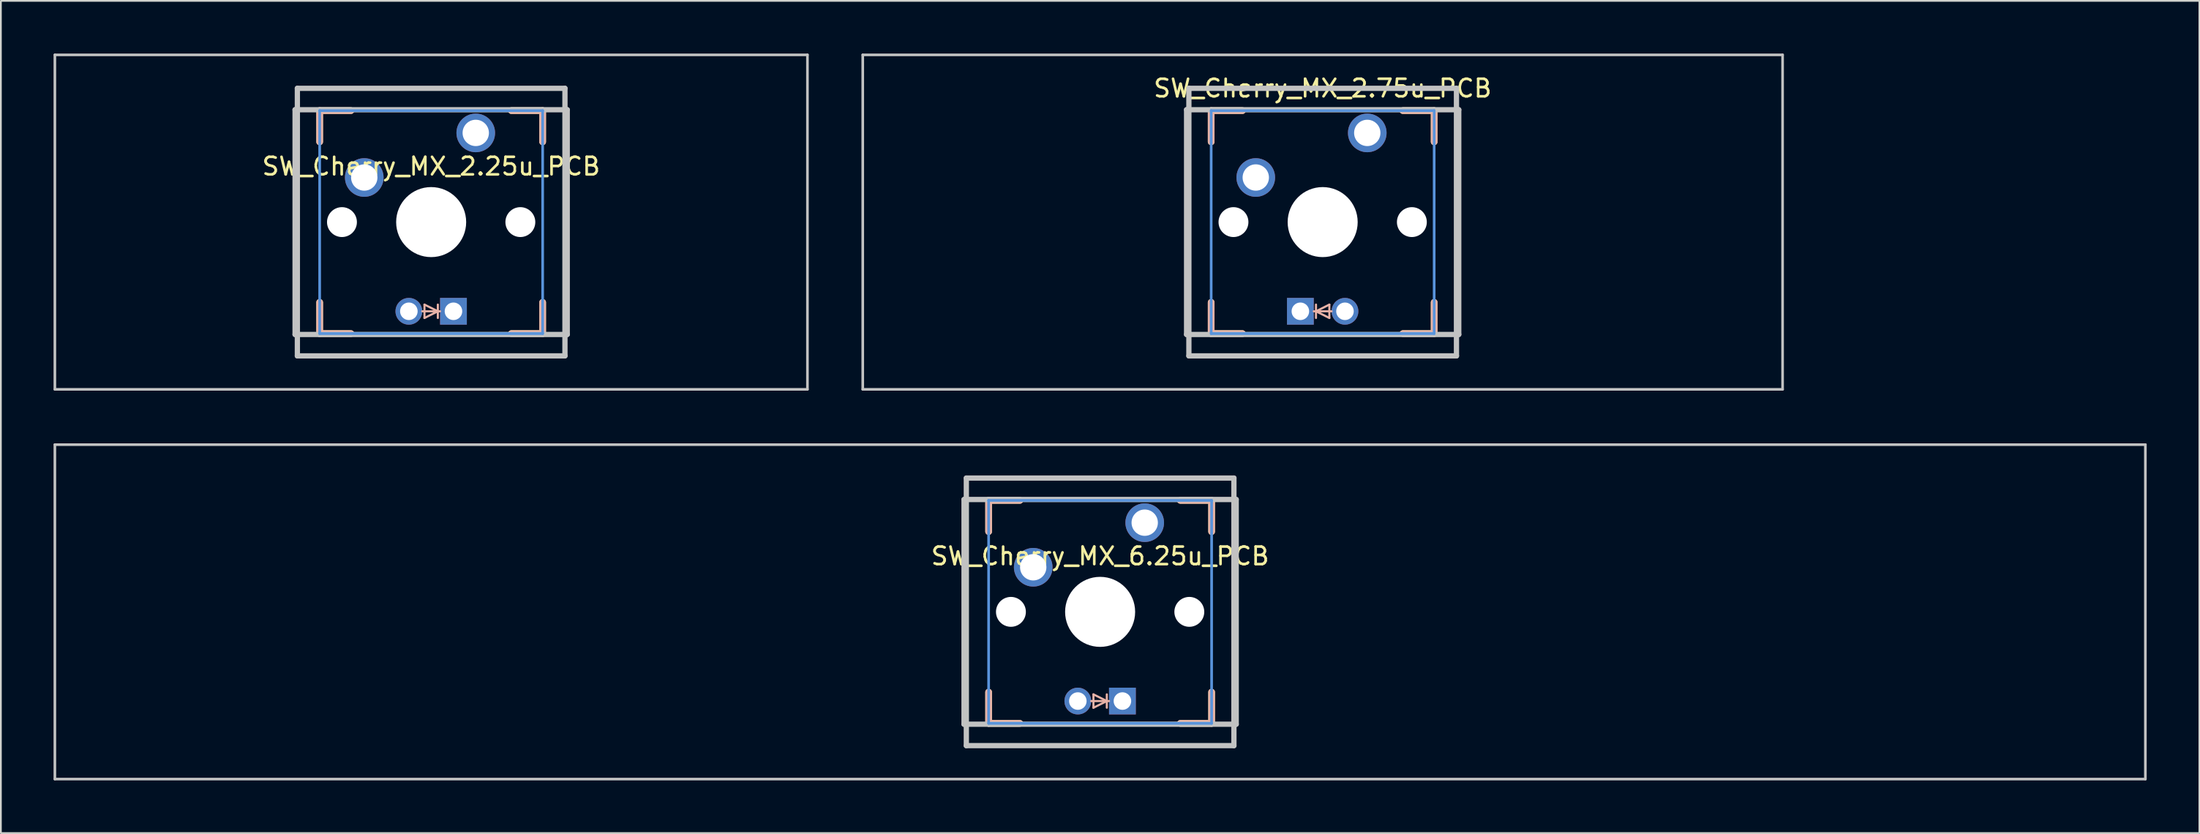
<source format=kicad_pcb>
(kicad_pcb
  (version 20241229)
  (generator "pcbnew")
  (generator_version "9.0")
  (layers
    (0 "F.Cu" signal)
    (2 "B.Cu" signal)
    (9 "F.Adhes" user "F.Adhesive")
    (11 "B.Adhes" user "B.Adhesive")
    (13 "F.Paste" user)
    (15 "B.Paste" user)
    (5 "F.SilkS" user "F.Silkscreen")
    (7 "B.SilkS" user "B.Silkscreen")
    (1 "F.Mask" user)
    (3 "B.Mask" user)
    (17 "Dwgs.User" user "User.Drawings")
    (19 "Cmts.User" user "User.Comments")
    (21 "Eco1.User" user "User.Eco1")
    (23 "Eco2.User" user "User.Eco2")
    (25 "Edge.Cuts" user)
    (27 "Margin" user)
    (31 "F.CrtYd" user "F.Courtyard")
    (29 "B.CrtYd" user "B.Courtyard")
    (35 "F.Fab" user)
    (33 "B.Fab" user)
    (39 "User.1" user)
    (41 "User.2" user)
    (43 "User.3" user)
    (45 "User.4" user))
  (footprint "SW_Cherry_MX_2.75u_PCB"
    (layer "F.Cu")
    (at 72.281 9.6)
    (property "Reference" "SW_Cherry_MX_2.75u_PCB" (at 0 -7.62 0) (layer "F.SilkS") (effects (font (size 1 1) (thickness 0.15))))
    (attr through_hole)
    (fp_line (start -6.35 -6.35) (end -4.572 -6.35) (stroke (width 0.381) (type solid)) (layer "F.SilkS"))
    (fp_line (start -6.35 -4.572) (end -6.35 -6.35) (stroke (width 0.381) (type solid)) (layer "F.SilkS"))
    (fp_line (start -6.35 6.35) (end -6.35 4.572) (stroke (width 0.381) (type solid)) (layer "F.SilkS"))
    (fp_line (start -4.572 6.35) (end -6.35 6.35) (stroke (width 0.381) (type solid)) (layer "F.SilkS"))
    (fp_line (start 4.572 -6.35) (end 6.35 -6.35) (stroke (width 0.381) (type solid)) (layer "F.SilkS"))
    (fp_line (start 6.35 -6.35) (end 6.35 -4.572) (stroke (width 0.381) (type solid)) (layer "F.SilkS"))
    (fp_line (start 6.35 4.572) (end 6.35 6.35) (stroke (width 0.381) (type solid)) (layer "F.SilkS"))
    (fp_line (start 6.35 6.35) (end 4.572 6.35) (stroke (width 0.381) (type solid)) (layer "F.SilkS"))
    (fp_line (start -6.35 -6.35) (end -6.35 -4.572) (stroke (width 0.381) (type solid)) (layer "B.SilkS"))
    (fp_line (start -6.35 4.572) (end -6.35 6.35) (stroke (width 0.381) (type solid)) (layer "B.SilkS"))
    (fp_line (start -6.35 6.35) (end -4.572 6.35) (stroke (width 0.381) (type solid)) (layer "B.SilkS"))
    (fp_line (start -4.572 -6.35) (end -6.35 -6.35) (stroke (width 0.381) (type solid)) (layer "B.SilkS"))
    (fp_line (start -0.508 5.08) (end 0.508 5.08) (stroke (width 0.12) (type solid)) (layer "B.SilkS"))
    (fp_line (start -0.381 4.699) (end -0.381 5.461) (stroke (width 0.12) (type solid)) (layer "B.SilkS"))
    (fp_line (start 0.381 4.699) (end -0.381 5.08) (stroke (width 0.12) (type solid)) (layer "B.SilkS"))
    (fp_line (start 0.381 4.699) (end 0.381 5.461) (stroke (width 0.12) (type solid)) (layer "B.SilkS"))
    (fp_line (start 0.381 5.461) (end -0.381 5.08) (stroke (width 0.12) (type solid)) (layer "B.SilkS"))
    (fp_line (start 4.572 6.35) (end 6.35 6.35) (stroke (width 0.381) (type solid)) (layer "B.SilkS"))
    (fp_line (start 6.35 -6.35) (end 4.572 -6.35) (stroke (width 0.381) (type solid)) (layer "B.SilkS"))
    (fp_line (start 6.35 -4.572) (end 6.35 -6.35) (stroke (width 0.381) (type solid)) (layer "B.SilkS"))
    (fp_line (start 6.35 6.35) (end 6.35 4.572) (stroke (width 0.381) (type solid)) (layer "B.SilkS"))
    (fp_line (start -26.194 -9.525) (end 26.194 -9.525) (stroke (width 0.15) (type solid)) (layer "Dwgs.User"))
    (fp_line (start -26.194 9.525) (end -26.194 -9.525) (stroke (width 0.15) (type solid)) (layer "Dwgs.User"))
    (fp_line (start -7.75 6.4) (end -7.75 -6.4) (stroke (width 0.3) (type solid)) (layer "Dwgs.User"))
    (fp_line (start -7.75 6.4) (end 7.75 6.4) (stroke (width 0.3) (type solid)) (layer "Dwgs.User"))
    (fp_line (start -7.62 -7.62) (end 7.62 -7.62) (stroke (width 0.3) (type solid)) (layer "Dwgs.User"))
    (fp_line (start -7.62 7.62) (end -7.62 -7.62) (stroke (width 0.3) (type solid)) (layer "Dwgs.User"))
    (fp_line (start 7.62 -7.62) (end 7.62 7.62) (stroke (width 0.3) (type solid)) (layer "Dwgs.User"))
    (fp_line (start 7.62 7.62) (end -7.62 7.62) (stroke (width 0.3) (type solid)) (layer "Dwgs.User"))
    (fp_line (start 7.75 -6.4) (end -7.75 -6.4) (stroke (width 0.3) (type solid)) (layer "Dwgs.User"))
    (fp_line (start 7.75 6.4) (end 7.75 -6.4) (stroke (width 0.3) (type solid)) (layer "Dwgs.User"))
    (fp_line (start 26.194 -9.525) (end 26.194 9.525) (stroke (width 0.15) (type solid)) (layer "Dwgs.User"))
    (fp_line (start 26.194 9.525) (end -26.194 9.525) (stroke (width 0.15) (type solid)) (layer "Dwgs.User"))
    (fp_line (start -6.35 -6.35) (end 6.35 -6.35) (stroke (width 0.152) (type solid)) (layer "Cmts.User"))
    (fp_line (start -6.35 6.35) (end -6.35 -6.35) (stroke (width 0.152) (type solid)) (layer "Cmts.User"))
    (fp_line (start 6.35 -6.35) (end 6.35 6.35) (stroke (width 0.152) (type solid)) (layer "Cmts.User"))
    (fp_line (start 6.35 6.35) (end -6.35 6.35) (stroke (width 0.152) (type solid)) (layer "Cmts.User"))
    (fp_line (start -6.985 -6.985) (end 6.985 -6.985) (stroke (width 0.152) (type solid)) (layer "Eco2.User"))
    (fp_line (start -6.985 6.985) (end -6.985 -6.985) (stroke (width 0.152) (type solid)) (layer "Eco2.User"))
    (fp_line (start 6.985 -6.985) (end 6.985 6.985) (stroke (width 0.152) (type solid)) (layer "Eco2.User"))
    (fp_line (start 6.985 6.985) (end -6.985 6.985) (stroke (width 0.152) (type solid)) (layer "Eco2.User"))
    (pad "" np_thru_hole circle (at -5.08 0) (size 1.702 1.702) (drill 1.702) (layers "*.Cu" "*.Mask"))
    (pad "" np_thru_hole circle (at 0 0) (size 3.988 3.988) (drill 3.988) (layers "*.Cu" "*.Mask"))
    (pad "" np_thru_hole circle (at 5.08 0) (size 1.702 1.702) (drill 1.702) (layers "*.Cu" "*.Mask"))
    (pad "1" thru_hole circle (at 2.54 -5.08) (size 2.2 2.2) (drill 1.5) (layers "*.Cu" "*.Mask"))
    (pad "2" thru_hole circle (at -3.81 -2.54) (size 2.2 2.2) (drill 1.5) (layers "*.Cu" "*.Mask"))
    (pad "3" thru_hole rect (at -1.27 5.08) (size 1.524 1.524) (drill 1) (layers "*.Cu" "*.Mask"))
    (pad "4" thru_hole circle (at 1.27 5.08) (size 1.524 1.524) (drill 1) (layers "*.Cu" "*.Mask")))
  (footprint "SW_Cherry_MX_2.25u_PCB"
    (layer "F.Cu")
    (at 21.506 9.6)
    (property "Reference" "SW_Cherry_MX_2.25u_PCB" (at 0 -3.175 0) (layer "F.SilkS") (effects (font (size 1 1) (thickness 0.15))))
    (attr exclude_from_pos_files exclude_from_bom)
    (fp_line (start -6.35 -6.35) (end -4.572 -6.35) (stroke (width 0.381) (type solid)) (layer "F.SilkS"))
    (fp_line (start -6.35 -4.572) (end -6.35 -6.35) (stroke (width 0.381) (type solid)) (layer "F.SilkS"))
    (fp_line (start -6.35 6.35) (end -6.35 4.572) (stroke (width 0.381) (type solid)) (layer "F.SilkS"))
    (fp_line (start -4.572 6.35) (end -6.35 6.35) (stroke (width 0.381) (type solid)) (layer "F.SilkS"))
    (fp_line (start 4.572 -6.35) (end 6.35 -6.35) (stroke (width 0.381) (type solid)) (layer "F.SilkS"))
    (fp_line (start 6.35 -6.35) (end 6.35 -4.572) (stroke (width 0.381) (type solid)) (layer "F.SilkS"))
    (fp_line (start 6.35 4.572) (end 6.35 6.35) (stroke (width 0.381) (type solid)) (layer "F.SilkS"))
    (fp_line (start 6.35 6.35) (end 4.572 6.35) (stroke (width 0.381) (type solid)) (layer "F.SilkS"))
    (fp_line (start -6.35 -6.35) (end -6.35 -4.572) (stroke (width 0.381) (type solid)) (layer "B.SilkS"))
    (fp_line (start -6.35 4.572) (end -6.35 6.35) (stroke (width 0.381) (type solid)) (layer "B.SilkS"))
    (fp_line (start -6.35 6.35) (end -4.572 6.35) (stroke (width 0.381) (type solid)) (layer "B.SilkS"))
    (fp_line (start -4.572 -6.35) (end -6.35 -6.35) (stroke (width 0.381) (type solid)) (layer "B.SilkS"))
    (fp_line (start -0.381 4.699) (end 0.381 5.08) (stroke (width 0.12) (type solid)) (layer "B.SilkS"))
    (fp_line (start -0.381 5.461) (end -0.381 4.699) (stroke (width 0.12) (type solid)) (layer "B.SilkS"))
    (fp_line (start -0.381 5.461) (end 0.381 5.08) (stroke (width 0.12) (type solid)) (layer "B.SilkS"))
    (fp_line (start 0.381 5.461) (end 0.381 4.699) (stroke (width 0.12) (type solid)) (layer "B.SilkS"))
    (fp_line (start 0.508 5.08) (end -0.508 5.08) (stroke (width 0.12) (type solid)) (layer "B.SilkS"))
    (fp_line (start 4.572 6.35) (end 6.35 6.35) (stroke (width 0.381) (type solid)) (layer "B.SilkS"))
    (fp_line (start 6.35 -6.35) (end 4.572 -6.35) (stroke (width 0.381) (type solid)) (layer "B.SilkS"))
    (fp_line (start 6.35 -4.572) (end 6.35 -6.35) (stroke (width 0.381) (type solid)) (layer "B.SilkS"))
    (fp_line (start 6.35 6.35) (end 6.35 4.572) (stroke (width 0.381) (type solid)) (layer "B.SilkS"))
    (fp_line (start -21.431 -9.525) (end 21.431 -9.525) (stroke (width 0.15) (type solid)) (layer "Dwgs.User"))
    (fp_line (start -21.431 9.525) (end -21.431 -9.525) (stroke (width 0.15) (type solid)) (layer "Dwgs.User"))
    (fp_line (start -7.75 6.4) (end -7.75 -6.4) (stroke (width 0.3) (type solid)) (layer "Dwgs.User"))
    (fp_line (start -7.75 6.4) (end 7.75 6.4) (stroke (width 0.3) (type solid)) (layer "Dwgs.User"))
    (fp_line (start -7.62 -7.62) (end 7.62 -7.62) (stroke (width 0.3) (type solid)) (layer "Dwgs.User"))
    (fp_line (start -7.62 7.62) (end -7.62 -7.62) (stroke (width 0.3) (type solid)) (layer "Dwgs.User"))
    (fp_line (start 7.62 -7.62) (end 7.62 7.62) (stroke (width 0.3) (type solid)) (layer "Dwgs.User"))
    (fp_line (start 7.62 7.62) (end -7.62 7.62) (stroke (width 0.3) (type solid)) (layer "Dwgs.User"))
    (fp_line (start 7.75 -6.4) (end -7.75 -6.4) (stroke (width 0.3) (type solid)) (layer "Dwgs.User"))
    (fp_line (start 7.75 6.4) (end 7.75 -6.4) (stroke (width 0.3) (type solid)) (layer "Dwgs.User"))
    (fp_line (start 21.431 -9.525) (end 21.431 9.525) (stroke (width 0.15) (type solid)) (layer "Dwgs.User"))
    (fp_line (start 21.431 9.525) (end -21.431 9.525) (stroke (width 0.15) (type solid)) (layer "Dwgs.User"))
    (fp_line (start -6.35 -6.35) (end 6.35 -6.35) (stroke (width 0.152) (type solid)) (layer "Cmts.User"))
    (fp_line (start -6.35 6.35) (end -6.35 -6.35) (stroke (width 0.152) (type solid)) (layer "Cmts.User"))
    (fp_line (start 6.35 -6.35) (end 6.35 6.35) (stroke (width 0.152) (type solid)) (layer "Cmts.User"))
    (fp_line (start 6.35 6.35) (end -6.35 6.35) (stroke (width 0.152) (type solid)) (layer "Cmts.User"))
    (fp_line (start -6.985 -6.985) (end 6.985 -6.985) (stroke (width 0.152) (type solid)) (layer "Eco2.User"))
    (fp_line (start -6.985 6.985) (end -6.985 -6.985) (stroke (width 0.152) (type solid)) (layer "Eco2.User"))
    (fp_line (start 6.985 -6.985) (end 6.985 6.985) (stroke (width 0.152) (type solid)) (layer "Eco2.User"))
    (fp_line (start 6.985 6.985) (end -6.985 6.985) (stroke (width 0.152) (type solid)) (layer "Eco2.User"))
    (pad "" np_thru_hole circle (at -5.08 0) (size 1.702 1.702) (drill 1.702) (layers "*.Cu" "*.Mask"))
    (pad "" np_thru_hole circle (at 0 0) (size 3.988 3.988) (drill 3.988) (layers "*.Cu" "*.Mask"))
    (pad "" np_thru_hole circle (at 5.08 0) (size 1.702 1.702) (drill 1.702) (layers "*.Cu" "*.Mask"))
    (pad "1" thru_hole circle (at -3.81 -2.54) (size 2.2 2.2) (drill 1.5) (layers "*.Cu" "*.Mask"))
    (pad "2" thru_hole circle (at 2.54 -5.08) (size 2.2 2.2) (drill 1.5) (layers "*.Cu" "*.Mask"))
    (pad "3" thru_hole rect (at 1.27 5.08 180) (size 1.524 1.524) (drill 1) (layers "*.Cu" "*.Mask"))
    (pad "4" thru_hole circle (at -1.27 5.08 180) (size 1.524 1.524) (drill 1) (layers "*.Cu" "*.Mask")))
  (footprint "SW_Cherry_MX_6.25u_PCB"
    (layer "F.Cu")
    (at 59.606 31.8)
    (property "Reference" "SW_Cherry_MX_6.25u_PCB" (at 0 -3.175 0) (layer "F.SilkS") (effects (font (size 1 1) (thickness 0.15))))
    (attr exclude_from_pos_files exclude_from_bom)
    (fp_line (start -6.35 -6.35) (end -4.572 -6.35) (stroke (width 0.381) (type solid)) (layer "F.SilkS"))
    (fp_line (start -6.35 -4.572) (end -6.35 -6.35) (stroke (width 0.381) (type solid)) (layer "F.SilkS"))
    (fp_line (start -6.35 6.35) (end -6.35 4.572) (stroke (width 0.381) (type solid)) (layer "F.SilkS"))
    (fp_line (start -4.572 6.35) (end -6.35 6.35) (stroke (width 0.381) (type solid)) (layer "F.SilkS"))
    (fp_line (start 4.572 -6.35) (end 6.35 -6.35) (stroke (width 0.381) (type solid)) (layer "F.SilkS"))
    (fp_line (start 6.35 -6.35) (end 6.35 -4.572) (stroke (width 0.381) (type solid)) (layer "F.SilkS"))
    (fp_line (start 6.35 4.572) (end 6.35 6.35) (stroke (width 0.381) (type solid)) (layer "F.SilkS"))
    (fp_line (start 6.35 6.35) (end 4.572 6.35) (stroke (width 0.381) (type solid)) (layer "F.SilkS"))
    (fp_line (start -6.35 -6.35) (end -6.35 -4.572) (stroke (width 0.381) (type solid)) (layer "B.SilkS"))
    (fp_line (start -6.35 4.572) (end -6.35 6.35) (stroke (width 0.381) (type solid)) (layer "B.SilkS"))
    (fp_line (start -6.35 6.35) (end -4.572 6.35) (stroke (width 0.381) (type solid)) (layer "B.SilkS"))
    (fp_line (start -4.572 -6.35) (end -6.35 -6.35) (stroke (width 0.381) (type solid)) (layer "B.SilkS"))
    (fp_line (start -0.381 4.699) (end 0.381 5.08) (stroke (width 0.12) (type solid)) (layer "B.SilkS"))
    (fp_line (start -0.381 5.461) (end -0.381 4.699) (stroke (width 0.12) (type solid)) (layer "B.SilkS"))
    (fp_line (start -0.381 5.461) (end 0.381 5.08) (stroke (width 0.12) (type solid)) (layer "B.SilkS"))
    (fp_line (start 0.381 5.461) (end 0.381 4.699) (stroke (width 0.12) (type solid)) (layer "B.SilkS"))
    (fp_line (start 0.508 5.08) (end -0.508 5.08) (stroke (width 0.12) (type solid)) (layer "B.SilkS"))
    (fp_line (start 4.572 6.35) (end 6.35 6.35) (stroke (width 0.381) (type solid)) (layer "B.SilkS"))
    (fp_line (start 6.35 -6.35) (end 4.572 -6.35) (stroke (width 0.381) (type solid)) (layer "B.SilkS"))
    (fp_line (start 6.35 -4.572) (end 6.35 -6.35) (stroke (width 0.381) (type solid)) (layer "B.SilkS"))
    (fp_line (start 6.35 6.35) (end 6.35 4.572) (stroke (width 0.381) (type solid)) (layer "B.SilkS"))
    (fp_line (start -59.531 -9.525) (end 59.531 -9.525) (stroke (width 0.15) (type solid)) (layer "Dwgs.User"))
    (fp_line (start -59.531 9.525) (end -59.531 -9.525) (stroke (width 0.15) (type solid)) (layer "Dwgs.User"))
    (fp_line (start -7.75 6.4) (end -7.75 -6.4) (stroke (width 0.3) (type solid)) (layer "Dwgs.User"))
    (fp_line (start -7.75 6.4) (end 7.75 6.4) (stroke (width 0.3) (type solid)) (layer "Dwgs.User"))
    (fp_line (start -7.62 -7.62) (end 7.62 -7.62) (stroke (width 0.3) (type solid)) (layer "Dwgs.User"))
    (fp_line (start -7.62 7.62) (end -7.62 -7.62) (stroke (width 0.3) (type solid)) (layer "Dwgs.User"))
    (fp_line (start 7.62 -7.62) (end 7.62 7.62) (stroke (width 0.3) (type solid)) (layer "Dwgs.User"))
    (fp_line (start 7.62 7.62) (end -7.62 7.62) (stroke (width 0.3) (type solid)) (layer "Dwgs.User"))
    (fp_line (start 7.75 -6.4) (end -7.75 -6.4) (stroke (width 0.3) (type solid)) (layer "Dwgs.User"))
    (fp_line (start 7.75 6.4) (end 7.75 -6.4) (stroke (width 0.3) (type solid)) (layer "Dwgs.User"))
    (fp_line (start 59.531 -9.525) (end 59.531 9.525) (stroke (width 0.15) (type solid)) (layer "Dwgs.User"))
    (fp_line (start 59.531 9.525) (end -59.531 9.525) (stroke (width 0.15) (type solid)) (layer "Dwgs.User"))
    (fp_line (start -6.35 -6.35) (end 6.35 -6.35) (stroke (width 0.152) (type solid)) (layer "Cmts.User"))
    (fp_line (start -6.35 6.35) (end -6.35 -6.35) (stroke (width 0.152) (type solid)) (layer "Cmts.User"))
    (fp_line (start 6.35 -6.35) (end 6.35 6.35) (stroke (width 0.152) (type solid)) (layer "Cmts.User"))
    (fp_line (start 6.35 6.35) (end -6.35 6.35) (stroke (width 0.152) (type solid)) (layer "Cmts.User"))
    (fp_line (start -6.985 -6.985) (end 6.985 -6.985) (stroke (width 0.152) (type solid)) (layer "Eco2.User"))
    (fp_line (start -6.985 6.985) (end -6.985 -6.985) (stroke (width 0.152) (type solid)) (layer "Eco2.User"))
    (fp_line (start 6.985 -6.985) (end 6.985 6.985) (stroke (width 0.152) (type solid)) (layer "Eco2.User"))
    (fp_line (start 6.985 6.985) (end -6.985 6.985) (stroke (width 0.152) (type solid)) (layer "Eco2.User"))
    (pad "" np_thru_hole circle (at -5.08 0) (size 1.702 1.702) (drill 1.702) (layers "*.Cu" "*.Mask"))
    (pad "" np_thru_hole circle (at 0 0) (size 3.988 3.988) (drill 3.988) (layers "*.Cu" "*.Mask"))
    (pad "" np_thru_hole circle (at 5.08 0) (size 1.702 1.702) (drill 1.702) (layers "*.Cu" "*.Mask"))
    (pad "1" thru_hole circle (at -3.81 -2.54) (size 2.2 2.2) (drill 1.5) (layers "*.Cu" "*.Mask"))
    (pad "2" thru_hole circle (at 2.54 -5.08) (size 2.2 2.2) (drill 1.5) (layers "*.Cu" "*.Mask"))
    (pad "3" thru_hole rect (at 1.27 5.08 180) (size 1.524 1.524) (drill 1) (layers "*.Cu" "*.Mask"))
    (pad "4" thru_hole circle (at -1.27 5.08 180) (size 1.524 1.524) (drill 1) (layers "*.Cu" "*.Mask")))
  (gr_rect
    (start -3 -3)
    (end 122.213 44.4)
    (stroke (width 0.1) (type default))
    (fill no)
    (layer "Edge.Cuts")))
</source>
